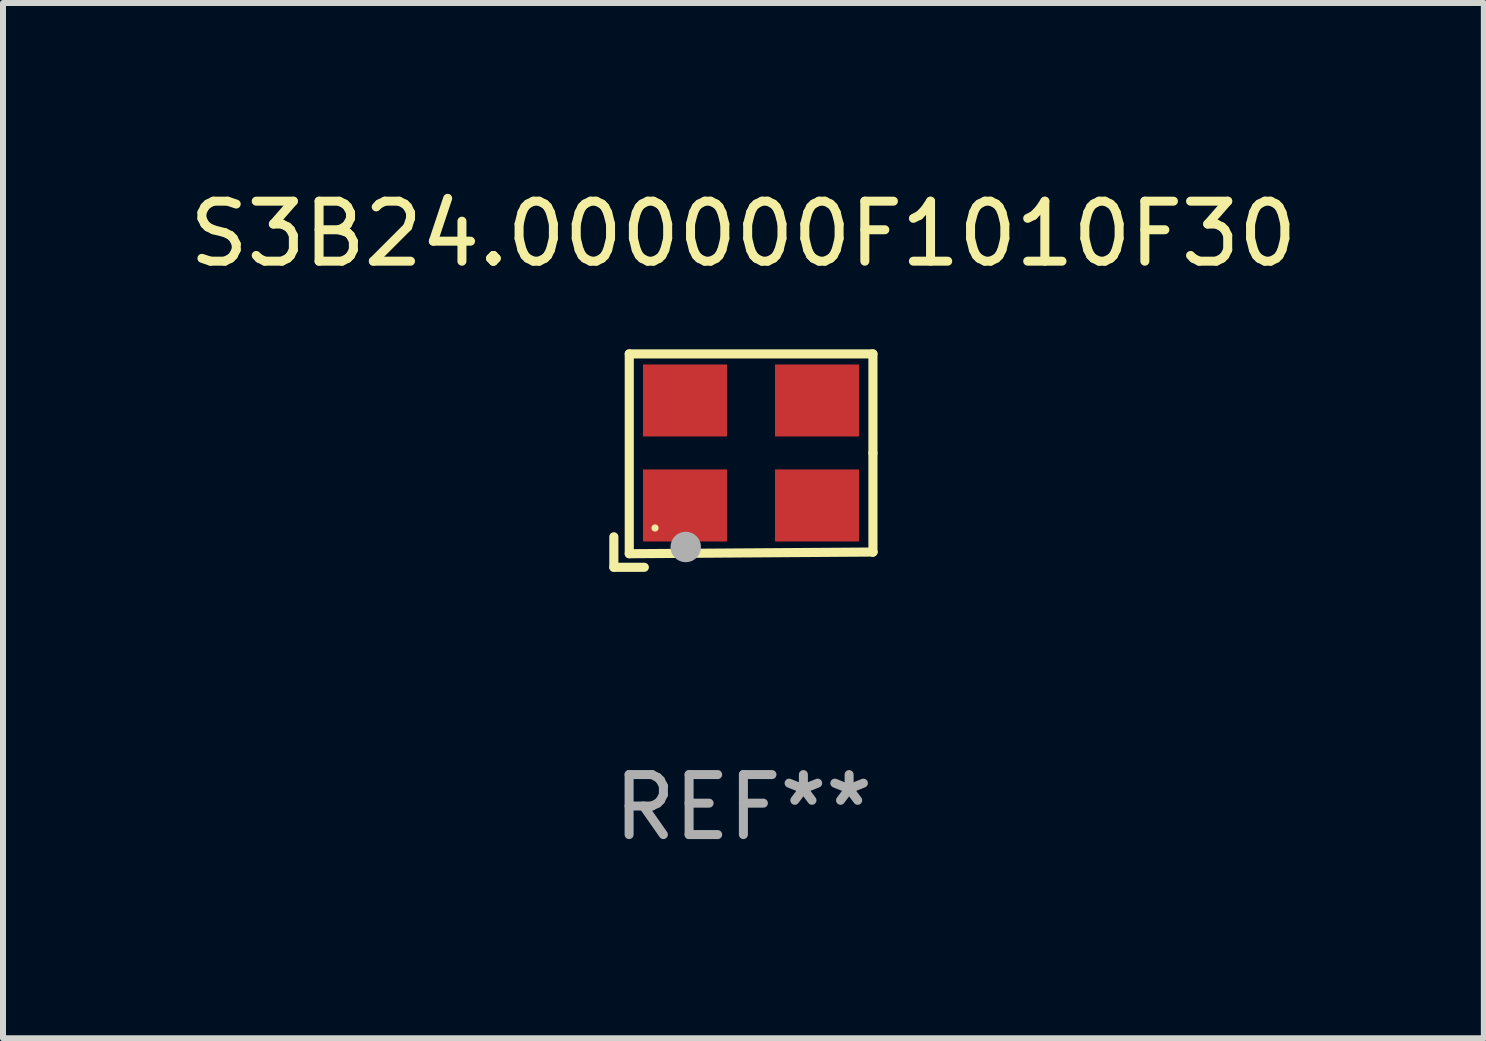
<source format=kicad_pcb>
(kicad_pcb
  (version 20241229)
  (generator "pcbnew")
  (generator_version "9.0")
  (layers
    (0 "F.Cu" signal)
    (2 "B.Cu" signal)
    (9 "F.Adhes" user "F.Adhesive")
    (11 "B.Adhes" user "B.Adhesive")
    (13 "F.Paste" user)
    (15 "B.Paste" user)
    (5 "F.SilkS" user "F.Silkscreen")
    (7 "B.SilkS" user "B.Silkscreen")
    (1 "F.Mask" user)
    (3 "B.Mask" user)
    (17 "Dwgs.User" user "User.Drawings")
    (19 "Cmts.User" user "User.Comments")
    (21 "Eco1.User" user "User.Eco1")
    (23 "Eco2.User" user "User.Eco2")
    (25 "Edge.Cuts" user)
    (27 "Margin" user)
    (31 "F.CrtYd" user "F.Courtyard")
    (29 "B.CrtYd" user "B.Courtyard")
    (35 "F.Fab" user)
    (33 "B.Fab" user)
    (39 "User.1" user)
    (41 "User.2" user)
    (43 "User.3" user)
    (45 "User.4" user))
  (footprint "S3B24.000000F1010F30"
    (layer "F.Cu")
    (at 9.339 4.626)
    (property "Reference" "S3B24.000000F1010F30" (at 0 -3.778 0) (layer "F.SilkS") (effects (font (size 1 1) (thickness 0.15))))
    (attr through_hole)
    (fp_line (start -2.159 1.27) (end -2.159 1.778) (stroke (width 0.152) (type solid)) (layer "F.SilkS"))
    (fp_line (start -2.159 1.778) (end -1.651 1.778) (stroke (width 0.152) (type solid)) (layer "F.SilkS"))
    (fp_line (start -1.902 -1.778) (end 2.159 -1.778) (stroke (width 0.152) (type solid)) (layer "F.SilkS"))
    (fp_line (start -1.902 1.552) (end -1.902 -1.778) (stroke (width 0.152) (type solid)) (layer "F.SilkS"))
    (fp_line (start 2.159 -1.778) (end 2.159 -0.127) (stroke (width 0.152) (type solid)) (layer "F.SilkS"))
    (fp_line (start 2.159 -0.127) (end 2.159 1.524) (stroke (width 0.152) (type solid)) (layer "F.SilkS"))
    (fp_line (start 2.159 1.524) (end -1.902 1.552) (stroke (width 0.152) (type solid)) (layer "F.SilkS"))
    (fp_line (start 2.159 1.524) (end 2.159 1.524) (stroke (width 0.152) (type solid)) (layer "F.SilkS"))
    (fp_circle (center -1.473 1.123) (end -1.443 1.123) (stroke (width 0.06) (type solid)) (fill no) (layer "F.SilkS"))
    (fp_circle (center -0.961 1.44) (end -0.834 1.44) (stroke (width 0.254) (type solid)) (fill no) (layer "F.Fab"))
    (fp_text user "REF**" (at 0 5.778 0) (layer "F.Fab") (effects (font (size 1 1) (thickness 0.15))))
    (pad "1" smd rect (at -0.973 0.748) (size 1.4 1.2) (layers "F.Cu" "F.Mask" "F.Paste"))
    (pad "2" smd rect (at 1.227 0.748) (size 1.4 1.2) (layers "F.Cu" "F.Mask" "F.Paste"))
    (pad "3" smd rect (at 1.227 -1.002) (size 1.4 1.2) (layers "F.Cu" "F.Mask" "F.Paste"))
    (pad "4" smd rect (at -0.973 -1.002) (size 1.4 1.2) (layers "F.Cu" "F.Mask" "F.Paste")))
  (gr_rect
    (start -3 -3)
    (end 21.679 14.253)
    (stroke (width 0.1) (type default))
    (fill no)
    (layer "Edge.Cuts")))
</source>
